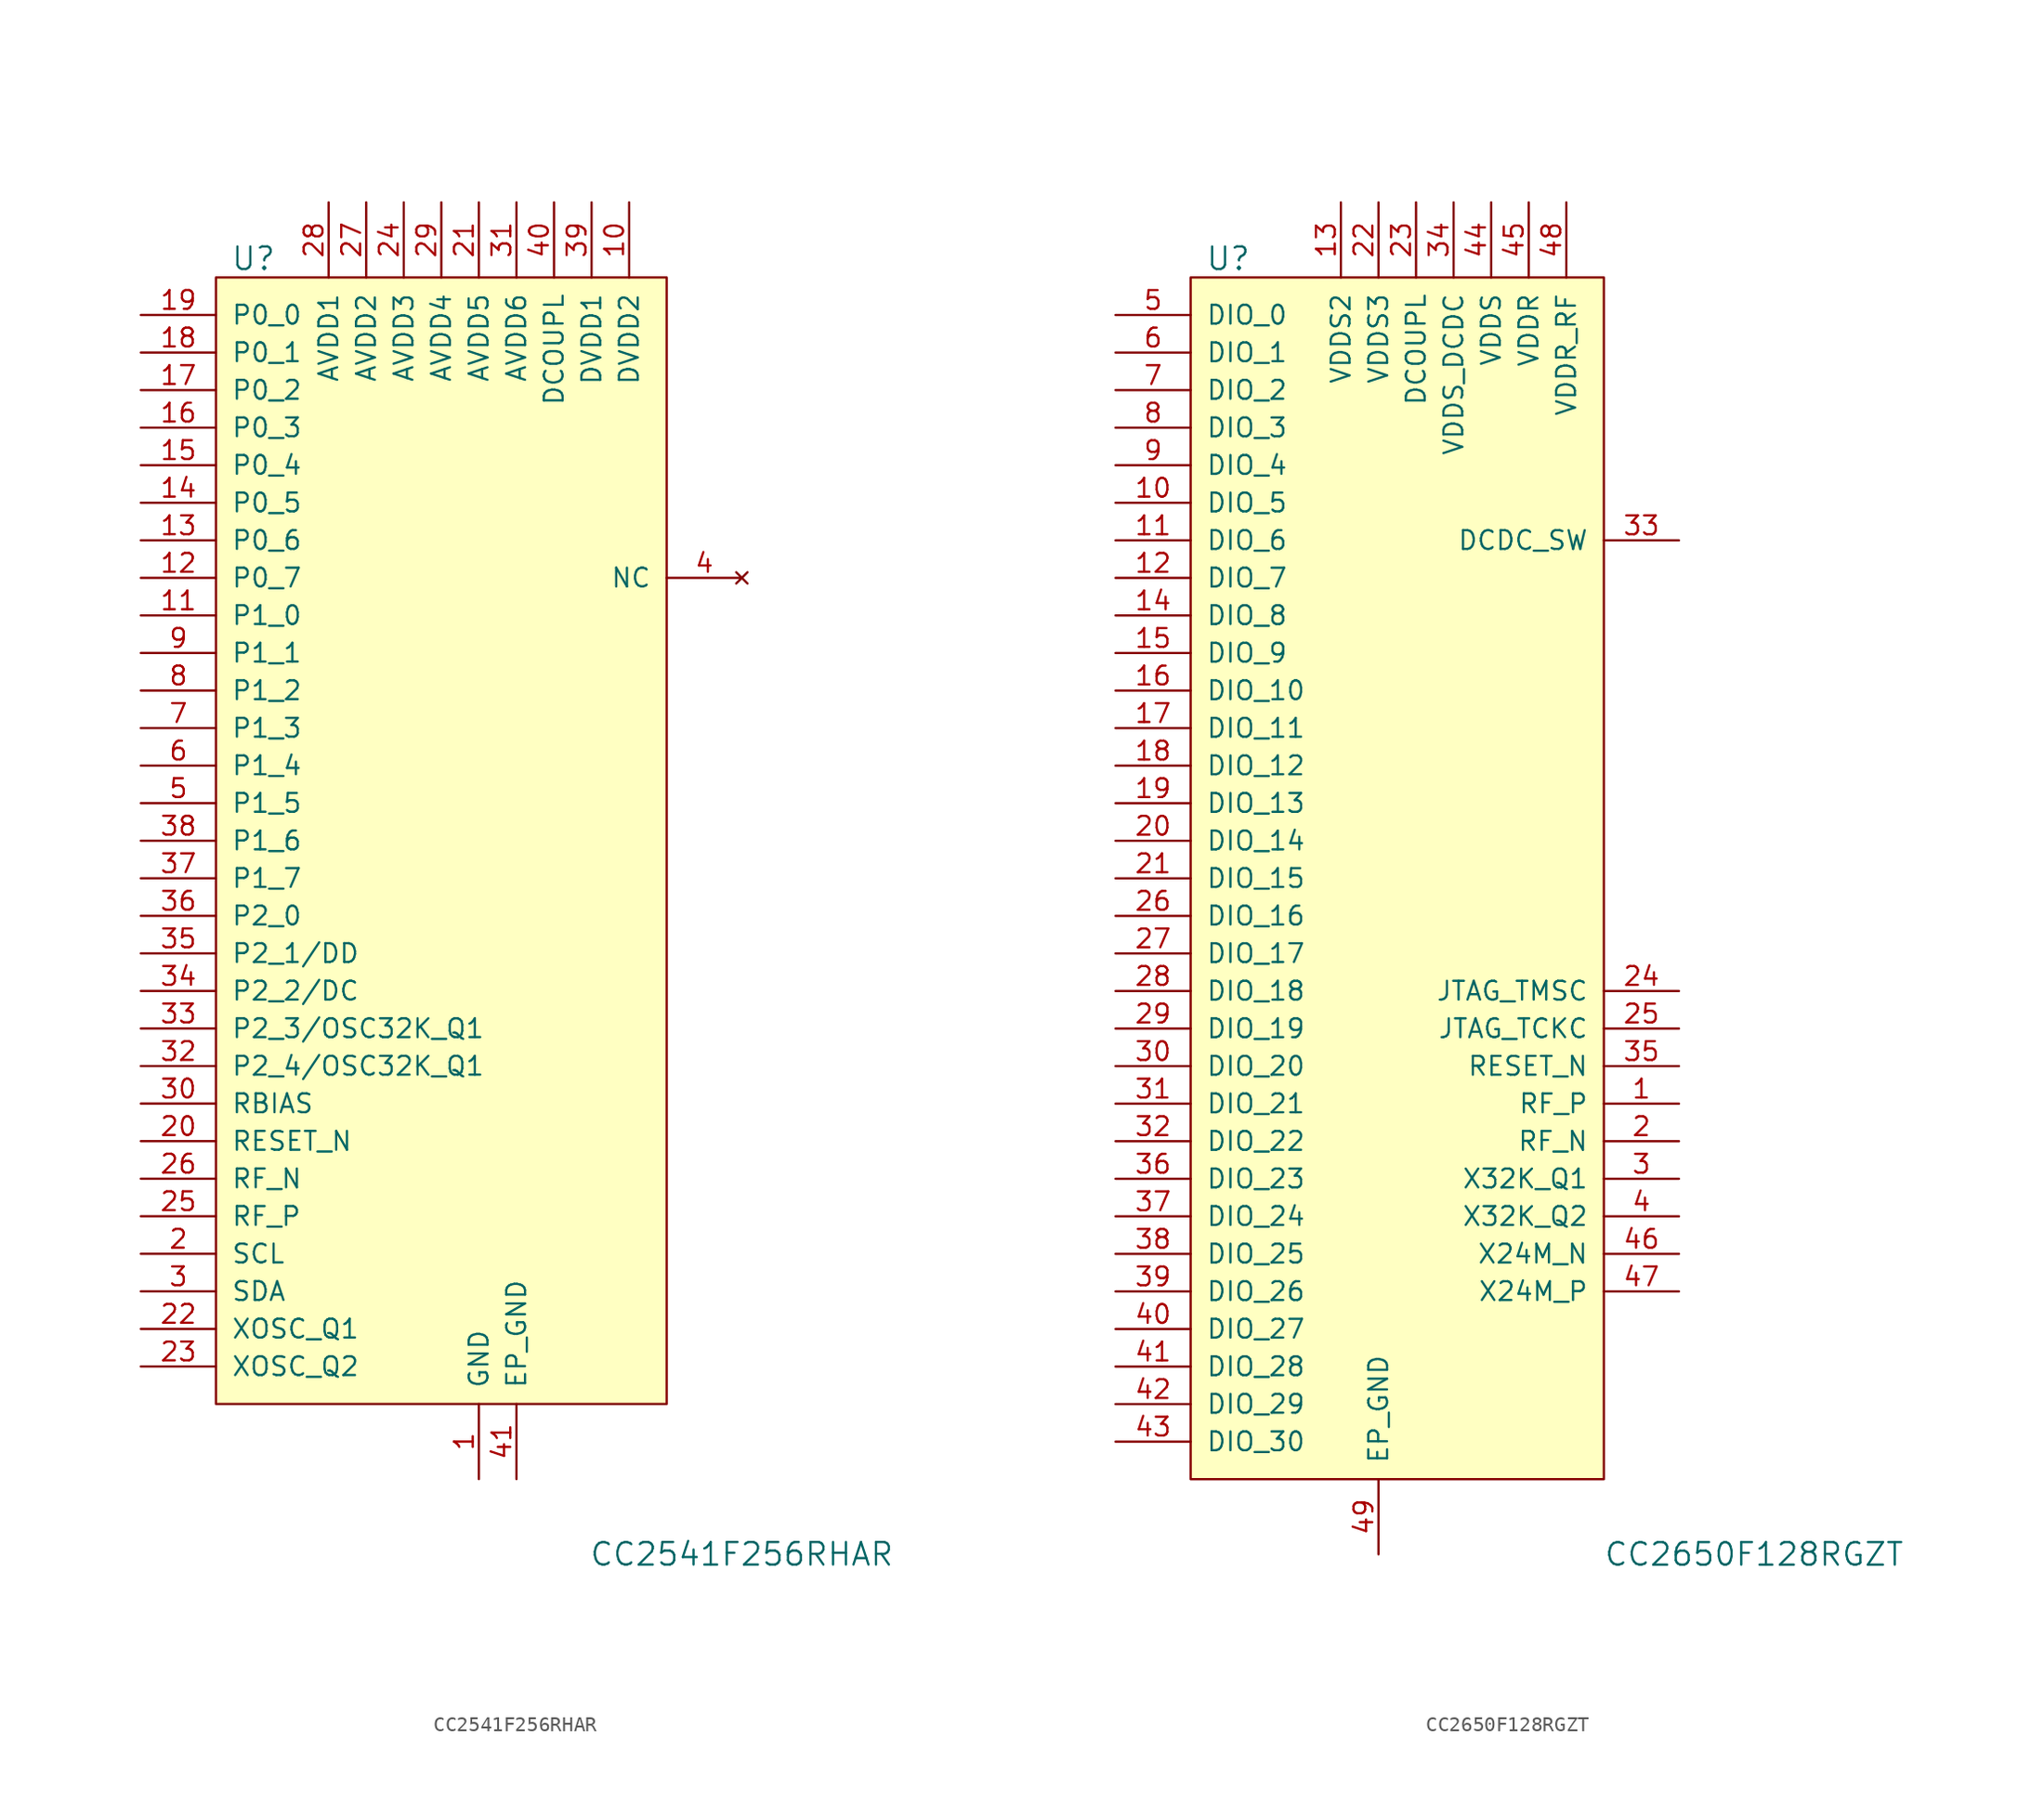
<source format=kicad_sym>
(kicad_symbol_lib
  (version 20231120)
  (generator "kicad_symbol_editor")
  (generator_version "8.0")
  (symbol "CC2541F256RHAR"
    (pin_names
      (offset 1.016))
    (property "Reference" "U"
      (at -10.16 41.91 0)
      (effects (font (size 1.524 1.524))))
    (property "Value" "CC2541F256RHAR"
      (at 22.86 -45.72 0)
      (effects (font (size 1.524 1.524))))
    (symbol "CC2541F256RHAR_0_1"
      (rectangle (start -12.7 40.64) (end 17.78 -35.56) (stroke (width 0) (type default)) (fill (type background))))
    (symbol "CC2541F256RHAR_1_1"
      (pin power_in line (at 5.08 -40.64 90) (length 5.08) (name "GND" (effects (font (size 1.27 1.27)))) (number "1" (effects (font (size 1.27 1.27)))))
      (pin power_in line (at 15.24 45.72 270) (length 5.08) (name "DVDD2" (effects (font (size 1.27 1.27)))) (number "10" (effects (font (size 1.27 1.27)))))
      (pin bidirectional line (at -17.78 17.78 0) (length 5.08) (name "P1_0" (effects (font (size 1.27 1.27)))) (number "11" (effects (font (size 1.27 1.27)))))
      (pin bidirectional line (at -17.78 20.32 0) (length 5.08) (name "P0_7" (effects (font (size 1.27 1.27)))) (number "12" (effects (font (size 1.27 1.27)))))
      (pin bidirectional line (at -17.78 22.86 0) (length 5.08) (name "P0_6" (effects (font (size 1.27 1.27)))) (number "13" (effects (font (size 1.27 1.27)))))
      (pin bidirectional line (at -17.78 25.4 0) (length 5.08) (name "P0_5" (effects (font (size 1.27 1.27)))) (number "14" (effects (font (size 1.27 1.27)))))
      (pin bidirectional line (at -17.78 27.94 0) (length 5.08) (name "P0_4" (effects (font (size 1.27 1.27)))) (number "15" (effects (font (size 1.27 1.27)))))
      (pin bidirectional line (at -17.78 30.48 0) (length 5.08) (name "P0_3" (effects (font (size 1.27 1.27)))) (number "16" (effects (font (size 1.27 1.27)))))
      (pin bidirectional line (at -17.78 33.02 0) (length 5.08) (name "P0_2" (effects (font (size 1.27 1.27)))) (number "17" (effects (font (size 1.27 1.27)))))
      (pin bidirectional line (at -17.78 35.56 0) (length 5.08) (name "P0_1" (effects (font (size 1.27 1.27)))) (number "18" (effects (font (size 1.27 1.27)))))
      (pin bidirectional line (at -17.78 38.1 0) (length 5.08) (name "P0_0" (effects (font (size 1.27 1.27)))) (number "19" (effects (font (size 1.27 1.27)))))
      (pin bidirectional line (at -17.78 -25.4 0) (length 5.08) (name "SCL" (effects (font (size 1.27 1.27)))) (number "2" (effects (font (size 1.27 1.27)))))
      (pin input line (at -17.78 -17.78 0) (length 5.08) (name "RESET_N" (effects (font (size 1.27 1.27)))) (number "20" (effects (font (size 1.27 1.27)))))
      (pin power_in line (at 5.08 45.72 270) (length 5.08) (name "AVDD5" (effects (font (size 1.27 1.27)))) (number "21" (effects (font (size 1.27 1.27)))))
      (pin bidirectional line (at -17.78 -30.48 0) (length 5.08) (name "XOSC_Q1" (effects (font (size 1.27 1.27)))) (number "22" (effects (font (size 1.27 1.27)))))
      (pin bidirectional line (at -17.78 -33.02 0) (length 5.08) (name "XOSC_Q2" (effects (font (size 1.27 1.27)))) (number "23" (effects (font (size 1.27 1.27)))))
      (pin power_in line (at 0 45.72 270) (length 5.08) (name "AVDD3" (effects (font (size 1.27 1.27)))) (number "24" (effects (font (size 1.27 1.27)))))
      (pin bidirectional line (at -17.78 -22.86 0) (length 5.08) (name "RF_P" (effects (font (size 1.27 1.27)))) (number "25" (effects (font (size 1.27 1.27)))))
      (pin bidirectional line (at -17.78 -20.32 0) (length 5.08) (name "RF_N" (effects (font (size 1.27 1.27)))) (number "26" (effects (font (size 1.27 1.27)))))
      (pin power_in line (at -2.54 45.72 270) (length 5.08) (name "AVDD2" (effects (font (size 1.27 1.27)))) (number "27" (effects (font (size 1.27 1.27)))))
      (pin power_in line (at -5.08 45.72 270) (length 5.08) (name "AVDD1" (effects (font (size 1.27 1.27)))) (number "28" (effects (font (size 1.27 1.27)))))
      (pin power_in line (at 2.54 45.72 270) (length 5.08) (name "AVDD4" (effects (font (size 1.27 1.27)))) (number "29" (effects (font (size 1.27 1.27)))))
      (pin bidirectional line (at -17.78 -27.94 0) (length 5.08) (name "SDA" (effects (font (size 1.27 1.27)))) (number "3" (effects (font (size 1.27 1.27)))))
      (pin bidirectional line (at -17.78 -15.24 0) (length 5.08) (name "RBIAS" (effects (font (size 1.27 1.27)))) (number "30" (effects (font (size 1.27 1.27)))))
      (pin power_in line (at 7.62 45.72 270) (length 5.08) (name "AVDD6" (effects (font (size 1.27 1.27)))) (number "31" (effects (font (size 1.27 1.27)))))
      (pin bidirectional line (at -17.78 -12.7 0) (length 5.08) (name "P2_4/OSC32K_Q1" (effects (font (size 1.27 1.27)))) (number "32" (effects (font (size 1.27 1.27)))))
      (pin bidirectional line (at -17.78 -10.16 0) (length 5.08) (name "P2_3/OSC32K_Q1" (effects (font (size 1.27 1.27)))) (number "33" (effects (font (size 1.27 1.27)))))
      (pin bidirectional line (at -17.78 -7.62 0) (length 5.08) (name "P2_2/DC" (effects (font (size 1.27 1.27)))) (number "34" (effects (font (size 1.27 1.27)))))
      (pin bidirectional line (at -17.78 -5.08 0) (length 5.08) (name "P2_1/DD" (effects (font (size 1.27 1.27)))) (number "35" (effects (font (size 1.27 1.27)))))
      (pin bidirectional line (at -17.78 -2.54 0) (length 5.08) (name "P2_0" (effects (font (size 1.27 1.27)))) (number "36" (effects (font (size 1.27 1.27)))))
      (pin bidirectional line (at -17.78 0 0) (length 5.08) (name "P1_7" (effects (font (size 1.27 1.27)))) (number "37" (effects (font (size 1.27 1.27)))))
      (pin bidirectional line (at -17.78 2.54 0) (length 5.08) (name "P1_6" (effects (font (size 1.27 1.27)))) (number "38" (effects (font (size 1.27 1.27)))))
      (pin power_in line (at 12.7 45.72 270) (length 5.08) (name "DVDD1" (effects (font (size 1.27 1.27)))) (number "39" (effects (font (size 1.27 1.27)))))
      (pin no_connect line (at 22.86 20.32 180) (length 5.08) (name "NC" (effects (font (size 1.27 1.27)))) (number "4" (effects (font (size 1.27 1.27)))))
      (pin power_in line (at 10.16 45.72 270) (length 5.08) (name "DCOUPL" (effects (font (size 1.27 1.27)))) (number "40" (effects (font (size 1.27 1.27)))))
      (pin power_in line (at 7.62 -40.64 90) (length 5.08) (name "EP_GND" (effects (font (size 1.27 1.27)))) (number "41" (effects (font (size 1.27 1.27)))))
      (pin bidirectional line (at -17.78 5.08 0) (length 5.08) (name "P1_5" (effects (font (size 1.27 1.27)))) (number "5" (effects (font (size 1.27 1.27)))))
      (pin bidirectional line (at -17.78 7.62 0) (length 5.08) (name "P1_4" (effects (font (size 1.27 1.27)))) (number "6" (effects (font (size 1.27 1.27)))))
      (pin bidirectional line (at -17.78 10.16 0) (length 5.08) (name "P1_3" (effects (font (size 1.27 1.27)))) (number "7" (effects (font (size 1.27 1.27)))))
      (pin bidirectional line (at -17.78 12.7 0) (length 5.08) (name "P1_2" (effects (font (size 1.27 1.27)))) (number "8" (effects (font (size 1.27 1.27)))))
      (pin bidirectional line (at -17.78 15.24 0) (length 5.08) (name "P1_1" (effects (font (size 1.27 1.27)))) (number "9" (effects (font (size 1.27 1.27)))))))
  (symbol "CC2650F128RGZT"
    (pin_names
      (offset 1.016))
    (property "Reference" "U"
      (at -10.16 39.37 0)
      (effects (font (size 1.524 1.524))))
    (property "Value" "CC2650F128RGZT"
      (at 25.4 -48.26 0)
      (effects (font (size 1.524 1.524))))
    (symbol "CC2650F128RGZT_0_1"
      (rectangle (start -12.7 38.1) (end 15.24 -43.18) (stroke (width 0) (type default)) (fill (type background))))
    (symbol "CC2650F128RGZT_1_1"
      (pin bidirectional line (at 20.32 -17.78 180) (length 5.08) (name "RF_P" (effects (font (size 1.27 1.27)))) (number "1" (effects (font (size 1.27 1.27)))))
      (pin bidirectional line (at -17.78 22.86 0) (length 5.08) (name "DIO_5" (effects (font (size 1.27 1.27)))) (number "10" (effects (font (size 1.27 1.27)))))
      (pin bidirectional line (at -17.78 20.32 0) (length 5.08) (name "DIO_6" (effects (font (size 1.27 1.27)))) (number "11" (effects (font (size 1.27 1.27)))))
      (pin bidirectional line (at -17.78 17.78 0) (length 5.08) (name "DIO_7" (effects (font (size 1.27 1.27)))) (number "12" (effects (font (size 1.27 1.27)))))
      (pin power_in line (at -2.54 43.18 270) (length 5.08) (name "VDDS2" (effects (font (size 1.27 1.27)))) (number "13" (effects (font (size 1.27 1.27)))))
      (pin bidirectional line (at -17.78 15.24 0) (length 5.08) (name "DIO_8" (effects (font (size 1.27 1.27)))) (number "14" (effects (font (size 1.27 1.27)))))
      (pin bidirectional line (at -17.78 12.7 0) (length 5.08) (name "DIO_9" (effects (font (size 1.27 1.27)))) (number "15" (effects (font (size 1.27 1.27)))))
      (pin bidirectional line (at -17.78 10.16 0) (length 5.08) (name "DIO_10" (effects (font (size 1.27 1.27)))) (number "16" (effects (font (size 1.27 1.27)))))
      (pin bidirectional line (at -17.78 7.62 0) (length 5.08) (name "DIO_11" (effects (font (size 1.27 1.27)))) (number "17" (effects (font (size 1.27 1.27)))))
      (pin bidirectional line (at -17.78 5.08 0) (length 5.08) (name "DIO_12" (effects (font (size 1.27 1.27)))) (number "18" (effects (font (size 1.27 1.27)))))
      (pin bidirectional line (at -17.78 2.54 0) (length 5.08) (name "DIO_13" (effects (font (size 1.27 1.27)))) (number "19" (effects (font (size 1.27 1.27)))))
      (pin bidirectional line (at 20.32 -20.32 180) (length 5.08) (name "RF_N" (effects (font (size 1.27 1.27)))) (number "2" (effects (font (size 1.27 1.27)))))
      (pin bidirectional line (at -17.78 0 0) (length 5.08) (name "DIO_14" (effects (font (size 1.27 1.27)))) (number "20" (effects (font (size 1.27 1.27)))))
      (pin bidirectional line (at -17.78 -2.54 0) (length 5.08) (name "DIO_15" (effects (font (size 1.27 1.27)))) (number "21" (effects (font (size 1.27 1.27)))))
      (pin power_in line (at 0 43.18 270) (length 5.08) (name "VDDS3" (effects (font (size 1.27 1.27)))) (number "22" (effects (font (size 1.27 1.27)))))
      (pin power_in line (at 2.54 43.18 270) (length 5.08) (name "DCOUPL" (effects (font (size 1.27 1.27)))) (number "23" (effects (font (size 1.27 1.27)))))
      (pin bidirectional line (at 20.32 -10.16 180) (length 5.08) (name "JTAG_TMSC" (effects (font (size 1.27 1.27)))) (number "24" (effects (font (size 1.27 1.27)))))
      (pin bidirectional line (at 20.32 -12.7 180) (length 5.08) (name "JTAG_TCKC" (effects (font (size 1.27 1.27)))) (number "25" (effects (font (size 1.27 1.27)))))
      (pin bidirectional line (at -17.78 -5.08 0) (length 5.08) (name "DIO_16" (effects (font (size 1.27 1.27)))) (number "26" (effects (font (size 1.27 1.27)))))
      (pin bidirectional line (at -17.78 -7.62 0) (length 5.08) (name "DIO_17" (effects (font (size 1.27 1.27)))) (number "27" (effects (font (size 1.27 1.27)))))
      (pin bidirectional line (at -17.78 -10.16 0) (length 5.08) (name "DIO_18" (effects (font (size 1.27 1.27)))) (number "28" (effects (font (size 1.27 1.27)))))
      (pin bidirectional line (at -17.78 -12.7 0) (length 5.08) (name "DIO_19" (effects (font (size 1.27 1.27)))) (number "29" (effects (font (size 1.27 1.27)))))
      (pin bidirectional line (at 20.32 -22.86 180) (length 5.08) (name "X32K_Q1" (effects (font (size 1.27 1.27)))) (number "3" (effects (font (size 1.27 1.27)))))
      (pin bidirectional line (at -17.78 -15.24 0) (length 5.08) (name "DIO_20" (effects (font (size 1.27 1.27)))) (number "30" (effects (font (size 1.27 1.27)))))
      (pin bidirectional line (at -17.78 -17.78 0) (length 5.08) (name "DIO_21" (effects (font (size 1.27 1.27)))) (number "31" (effects (font (size 1.27 1.27)))))
      (pin bidirectional line (at -17.78 -20.32 0) (length 5.08) (name "DIO_22" (effects (font (size 1.27 1.27)))) (number "32" (effects (font (size 1.27 1.27)))))
      (pin power_out line (at 20.32 20.32 180) (length 5.08) (name "DCDC_SW" (effects (font (size 1.27 1.27)))) (number "33" (effects (font (size 1.27 1.27)))))
      (pin power_in line (at 5.08 43.18 270) (length 5.08) (name "VDDS_DCDC" (effects (font (size 1.27 1.27)))) (number "34" (effects (font (size 1.27 1.27)))))
      (pin bidirectional line (at 20.32 -15.24 180) (length 5.08) (name "RESET_N" (effects (font (size 1.27 1.27)))) (number "35" (effects (font (size 1.27 1.27)))))
      (pin bidirectional line (at -17.78 -22.86 0) (length 5.08) (name "DIO_23" (effects (font (size 1.27 1.27)))) (number "36" (effects (font (size 1.27 1.27)))))
      (pin bidirectional line (at -17.78 -25.4 0) (length 5.08) (name "DIO_24" (effects (font (size 1.27 1.27)))) (number "37" (effects (font (size 1.27 1.27)))))
      (pin bidirectional line (at -17.78 -27.94 0) (length 5.08) (name "DIO_25" (effects (font (size 1.27 1.27)))) (number "38" (effects (font (size 1.27 1.27)))))
      (pin bidirectional line (at -17.78 -30.48 0) (length 5.08) (name "DIO_26" (effects (font (size 1.27 1.27)))) (number "39" (effects (font (size 1.27 1.27)))))
      (pin bidirectional line (at 20.32 -25.4 180) (length 5.08) (name "X32K_Q2" (effects (font (size 1.27 1.27)))) (number "4" (effects (font (size 1.27 1.27)))))
      (pin bidirectional line (at -17.78 -33.02 0) (length 5.08) (name "DIO_27" (effects (font (size 1.27 1.27)))) (number "40" (effects (font (size 1.27 1.27)))))
      (pin bidirectional line (at -17.78 -35.56 0) (length 5.08) (name "DIO_28" (effects (font (size 1.27 1.27)))) (number "41" (effects (font (size 1.27 1.27)))))
      (pin bidirectional line (at -17.78 -38.1 0) (length 5.08) (name "DIO_29" (effects (font (size 1.27 1.27)))) (number "42" (effects (font (size 1.27 1.27)))))
      (pin bidirectional line (at -17.78 -40.64 0) (length 5.08) (name "DIO_30" (effects (font (size 1.27 1.27)))) (number "43" (effects (font (size 1.27 1.27)))))
      (pin power_in line (at 7.62 43.18 270) (length 5.08) (name "VDDS" (effects (font (size 1.27 1.27)))) (number "44" (effects (font (size 1.27 1.27)))))
      (pin power_in line (at 10.16 43.18 270) (length 5.08) (name "VDDR" (effects (font (size 1.27 1.27)))) (number "45" (effects (font (size 1.27 1.27)))))
      (pin bidirectional line (at 20.32 -27.94 180) (length 5.08) (name "X24M_N" (effects (font (size 1.27 1.27)))) (number "46" (effects (font (size 1.27 1.27)))))
      (pin bidirectional line (at 20.32 -30.48 180) (length 5.08) (name "X24M_P" (effects (font (size 1.27 1.27)))) (number "47" (effects (font (size 1.27 1.27)))))
      (pin power_in line (at 12.7 43.18 270) (length 5.08) (name "VDDR_RF" (effects (font (size 1.27 1.27)))) (number "48" (effects (font (size 1.27 1.27)))))
      (pin power_in line (at 0 -48.26 90) (length 5.08) (name "EP_GND" (effects (font (size 1.27 1.27)))) (number "49" (effects (font (size 1.27 1.27)))))
      (pin bidirectional line (at -17.78 35.56 0) (length 5.08) (name "DIO_0" (effects (font (size 1.27 1.27)))) (number "5" (effects (font (size 1.27 1.27)))))
      (pin bidirectional line (at -17.78 33.02 0) (length 5.08) (name "DIO_1" (effects (font (size 1.27 1.27)))) (number "6" (effects (font (size 1.27 1.27)))))
      (pin bidirectional line (at -17.78 30.48 0) (length 5.08) (name "DIO_2" (effects (font (size 1.27 1.27)))) (number "7" (effects (font (size 1.27 1.27)))))
      (pin bidirectional line (at -17.78 27.94 0) (length 5.08) (name "DIO_3" (effects (font (size 1.27 1.27)))) (number "8" (effects (font (size 1.27 1.27)))))
      (pin bidirectional line (at -17.78 25.4 0) (length 5.08) (name "DIO_4" (effects (font (size 1.27 1.27)))) (number "9" (effects (font (size 1.27 1.27))))))))
</source>
